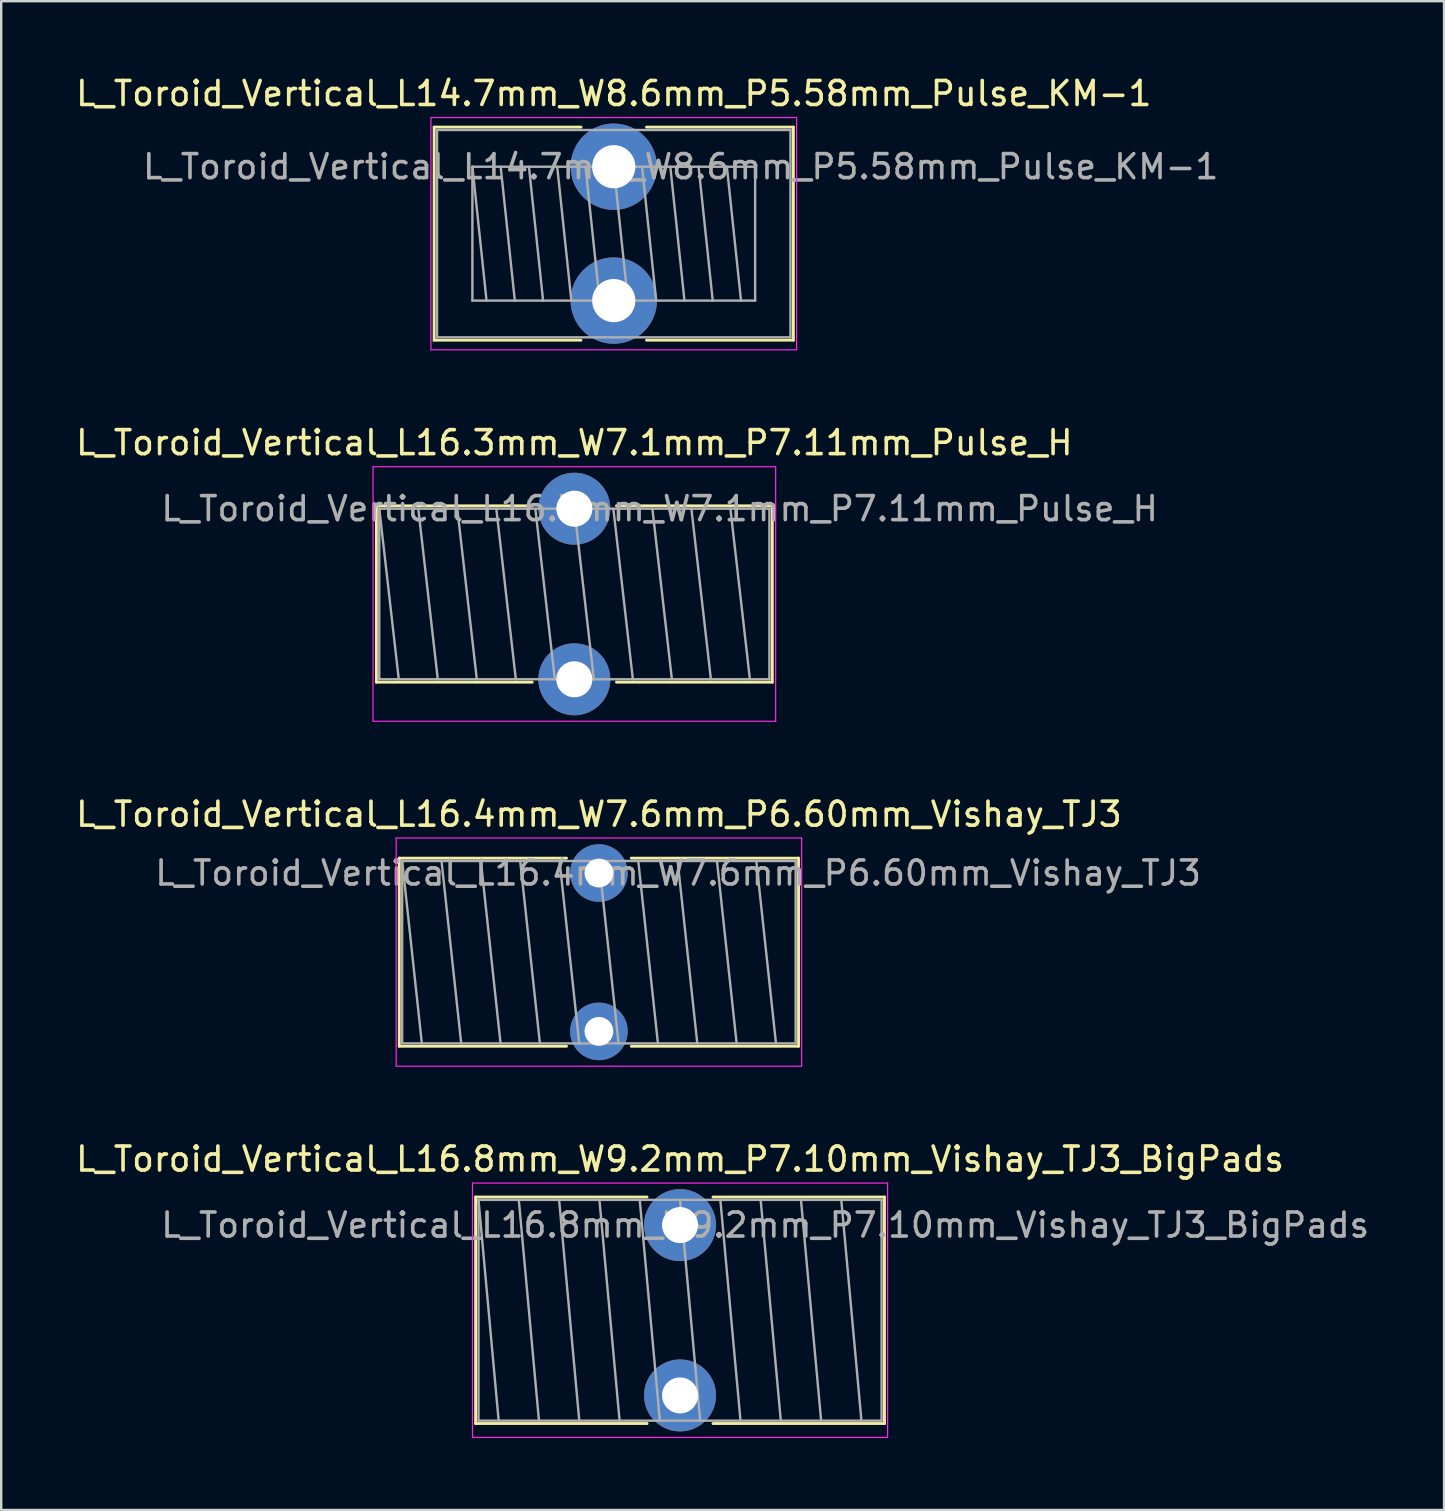
<source format=kicad_pcb>
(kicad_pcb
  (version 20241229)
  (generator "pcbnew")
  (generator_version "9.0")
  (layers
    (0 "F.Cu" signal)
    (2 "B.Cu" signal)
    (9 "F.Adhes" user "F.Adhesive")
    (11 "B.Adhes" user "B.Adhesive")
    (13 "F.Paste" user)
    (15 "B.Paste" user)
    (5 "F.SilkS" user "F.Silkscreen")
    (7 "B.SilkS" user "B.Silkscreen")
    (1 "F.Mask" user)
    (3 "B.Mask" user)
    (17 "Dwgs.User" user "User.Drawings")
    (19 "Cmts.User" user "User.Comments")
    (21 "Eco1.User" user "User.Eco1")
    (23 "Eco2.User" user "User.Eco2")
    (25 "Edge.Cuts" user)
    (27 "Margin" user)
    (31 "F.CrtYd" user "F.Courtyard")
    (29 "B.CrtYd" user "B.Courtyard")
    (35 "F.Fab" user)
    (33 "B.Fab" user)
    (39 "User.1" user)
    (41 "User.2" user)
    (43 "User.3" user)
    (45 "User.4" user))
  (footprint "L_Toroid_Vertical_L14.7mm_W8.6mm_P5.58mm_Pulse_KM-1"
    (layer "F.Cu")
    (at 22.53 3.898)
    (property "Reference" "L_Toroid_Vertical_L14.7mm_W8.6mm_P5.58mm_Pulse_KM-1" (at 0 -3.05 0) (layer "F.SilkS") (effects (font (size 1 1) (thickness 0.15))))
    (attr through_hole)
    (fp_line (start -7.485 -1.65) (end -7.485 7.23) (stroke (width 0.12) (type solid)) (layer "F.SilkS"))
    (fp_line (start -7.485 -1.65) (end -1.365 -1.65) (stroke (width 0.12) (type solid)) (layer "F.SilkS"))
    (fp_line (start -7.485 7.23) (end -1.365 7.23) (stroke (width 0.12) (type solid)) (layer "F.SilkS"))
    (fp_line (start 1.365 -1.65) (end 7.485 -1.65) (stroke (width 0.12) (type solid)) (layer "F.SilkS"))
    (fp_line (start 1.365 7.23) (end 7.485 7.23) (stroke (width 0.12) (type solid)) (layer "F.SilkS"))
    (fp_line (start 7.485 -1.65) (end 7.485 7.23) (stroke (width 0.12) (type solid)) (layer "F.SilkS"))
    (fp_line (start -7.62 -2.05) (end -7.62 7.63) (stroke (width 0.05) (type solid)) (layer "F.CrtYd"))
    (fp_line (start -7.62 7.63) (end 7.62 7.63) (stroke (width 0.05) (type solid)) (layer "F.CrtYd"))
    (fp_line (start 7.62 -2.05) (end -7.62 -2.05) (stroke (width 0.05) (type solid)) (layer "F.CrtYd"))
    (fp_line (start 7.62 7.63) (end 7.62 -2.05) (stroke (width 0.05) (type solid)) (layer "F.CrtYd"))
    (fp_line (start -7.365 -1.53) (end -7.365 7.11) (stroke (width 0.1) (type solid)) (layer "F.Fab"))
    (fp_line (start -7.365 7.11) (end 7.365 7.11) (stroke (width 0.1) (type solid)) (layer "F.Fab"))
    (fp_line (start -5.892 0) (end -5.892 5.58) (stroke (width 0.1) (type solid)) (layer "F.Fab"))
    (fp_line (start -5.892 0) (end -5.303 5.58) (stroke (width 0.1) (type solid)) (layer "F.Fab"))
    (fp_line (start -5.892 5.58) (end 5.892 5.58) (stroke (width 0.1) (type solid)) (layer "F.Fab"))
    (fp_line (start -4.714 0) (end -4.124 5.58) (stroke (width 0.1) (type solid)) (layer "F.Fab"))
    (fp_line (start -3.535 0) (end -2.946 5.58) (stroke (width 0.1) (type solid)) (layer "F.Fab"))
    (fp_line (start -2.357 0) (end -1.768 5.58) (stroke (width 0.1) (type solid)) (layer "F.Fab"))
    (fp_line (start -1.178 0) (end -0.589 5.58) (stroke (width 0.1) (type solid)) (layer "F.Fab"))
    (fp_line (start 0 0) (end 0.589 5.58) (stroke (width 0.1) (type solid)) (layer "F.Fab"))
    (fp_line (start 1.178 0) (end 1.768 5.58) (stroke (width 0.1) (type solid)) (layer "F.Fab"))
    (fp_line (start 2.357 0) (end 2.946 5.58) (stroke (width 0.1) (type solid)) (layer "F.Fab"))
    (fp_line (start 3.535 0) (end 4.124 5.58) (stroke (width 0.1) (type solid)) (layer "F.Fab"))
    (fp_line (start 4.714 0) (end 5.303 5.58) (stroke (width 0.1) (type solid)) (layer "F.Fab"))
    (fp_line (start 5.892 0) (end -5.892 0) (stroke (width 0.1) (type solid)) (layer "F.Fab"))
    (fp_line (start 5.892 5.58) (end 5.892 0) (stroke (width 0.1) (type solid)) (layer "F.Fab"))
    (fp_line (start 7.365 -1.53) (end -7.365 -1.53) (stroke (width 0.1) (type solid)) (layer "F.Fab"))
    (fp_line (start 7.365 7.11) (end 7.365 -1.53) (stroke (width 0.1) (type solid)) (layer "F.Fab"))
    (fp_text user "${REFERENCE}" (at 2.79 0 0) (layer "F.Fab") (effects (font (size 1 1) (thickness 0.15))))
    (pad "1" thru_hole circle (at 0 0) (size 3.6 3.6) (drill 1.8) (layers "*.Cu" "*.Mask"))
    (pad "2" thru_hole circle (at 0 5.58) (size 3.6 3.6) (drill 1.8) (layers "*.Cu" "*.Mask")))
  (footprint "L_Toroid_Vertical_L16.3mm_W7.1mm_P7.11mm_Pulse_H"
    (layer "F.Cu")
    (at 20.887 18.151)
    (property "Reference" "L_Toroid_Vertical_L16.3mm_W7.1mm_P7.11mm_Pulse_H" (at 0 -2.75 0) (layer "F.SilkS") (effects (font (size 1 1) (thickness 0.15))))
    (attr through_hole)
    (fp_line (start -8.25 -0.12) (end -8.25 7.23) (stroke (width 0.12) (type solid)) (layer "F.SilkS"))
    (fp_line (start -8.25 -0.12) (end -1.755 -0.12) (stroke (width 0.12) (type solid)) (layer "F.SilkS"))
    (fp_line (start -8.25 7.23) (end -1.755 7.23) (stroke (width 0.12) (type solid)) (layer "F.SilkS"))
    (fp_line (start 1.755 -0.12) (end 8.25 -0.12) (stroke (width 0.12) (type solid)) (layer "F.SilkS"))
    (fp_line (start 1.755 7.23) (end 8.25 7.23) (stroke (width 0.12) (type solid)) (layer "F.SilkS"))
    (fp_line (start 8.25 -0.12) (end 8.25 7.23) (stroke (width 0.12) (type solid)) (layer "F.SilkS"))
    (fp_line (start -8.39 -1.75) (end -8.39 8.86) (stroke (width 0.05) (type solid)) (layer "F.CrtYd"))
    (fp_line (start -8.39 8.86) (end 8.39 8.86) (stroke (width 0.05) (type solid)) (layer "F.CrtYd"))
    (fp_line (start 8.39 -1.75) (end -8.39 -1.75) (stroke (width 0.05) (type solid)) (layer "F.CrtYd"))
    (fp_line (start 8.39 8.86) (end 8.39 -1.75) (stroke (width 0.05) (type solid)) (layer "F.CrtYd"))
    (fp_line (start -8.13 0) (end -8.13 7.11) (stroke (width 0.1) (type solid)) (layer "F.Fab"))
    (fp_line (start -8.13 0) (end -7.317 7.11) (stroke (width 0.1) (type solid)) (layer "F.Fab"))
    (fp_line (start -8.13 7.11) (end 8.13 7.11) (stroke (width 0.1) (type solid)) (layer "F.Fab"))
    (fp_line (start -6.504 0) (end -5.691 7.11) (stroke (width 0.1) (type solid)) (layer "F.Fab"))
    (fp_line (start -4.878 0) (end -4.065 7.11) (stroke (width 0.1) (type solid)) (layer "F.Fab"))
    (fp_line (start -3.252 0) (end -2.439 7.11) (stroke (width 0.1) (type solid)) (layer "F.Fab"))
    (fp_line (start -1.626 0) (end -0.813 7.11) (stroke (width 0.1) (type solid)) (layer "F.Fab"))
    (fp_line (start 0 0) (end 0.813 7.11) (stroke (width 0.1) (type solid)) (layer "F.Fab"))
    (fp_line (start 1.626 0) (end 2.439 7.11) (stroke (width 0.1) (type solid)) (layer "F.Fab"))
    (fp_line (start 3.252 0) (end 4.065 7.11) (stroke (width 0.1) (type solid)) (layer "F.Fab"))
    (fp_line (start 4.878 0) (end 5.691 7.11) (stroke (width 0.1) (type solid)) (layer "F.Fab"))
    (fp_line (start 6.504 0) (end 7.317 7.11) (stroke (width 0.1) (type solid)) (layer "F.Fab"))
    (fp_line (start 8.13 0) (end -8.13 0) (stroke (width 0.1) (type solid)) (layer "F.Fab"))
    (fp_line (start 8.13 7.11) (end 8.13 0) (stroke (width 0.1) (type solid)) (layer "F.Fab"))
    (fp_text user "${REFERENCE}" (at 3.555 0 0) (layer "F.Fab") (effects (font (size 1 1) (thickness 0.15))))
    (pad "1" thru_hole circle (at 0 0) (size 3 3) (drill 1.5) (layers "*.Cu" "*.Mask"))
    (pad "2" thru_hole circle (at 0 7.11) (size 3 3) (drill 1.5) (layers "*.Cu" "*.Mask")))
  (footprint "L_Toroid_Vertical_L16.4mm_W7.6mm_P6.60mm_Vishay_TJ3"
    (layer "F.Cu")
    (at 21.911 33.335)
    (property "Reference" "L_Toroid_Vertical_L16.4mm_W7.6mm_P6.60mm_Vishay_TJ3" (at 0 -2.45 0) (layer "F.SilkS") (effects (font (size 1 1) (thickness 0.15))))
    (attr through_hole)
    (fp_line (start -8.32 -0.62) (end -8.32 7.22) (stroke (width 0.12) (type solid)) (layer "F.SilkS"))
    (fp_line (start -8.32 -0.62) (end -1.35 -0.62) (stroke (width 0.12) (type solid)) (layer "F.SilkS"))
    (fp_line (start -8.32 7.22) (end -1.35 7.22) (stroke (width 0.12) (type solid)) (layer "F.SilkS"))
    (fp_line (start 1.35 -0.62) (end 8.32 -0.62) (stroke (width 0.12) (type solid)) (layer "F.SilkS"))
    (fp_line (start 1.35 7.22) (end 8.32 7.22) (stroke (width 0.12) (type solid)) (layer "F.SilkS"))
    (fp_line (start 8.32 -0.62) (end 8.32 7.22) (stroke (width 0.12) (type solid)) (layer "F.SilkS"))
    (fp_line (start -8.45 -1.46) (end -8.45 8.05) (stroke (width 0.05) (type solid)) (layer "F.CrtYd"))
    (fp_line (start -8.45 8.05) (end 8.45 8.05) (stroke (width 0.05) (type solid)) (layer "F.CrtYd"))
    (fp_line (start 8.45 -1.46) (end -8.45 -1.46) (stroke (width 0.05) (type solid)) (layer "F.CrtYd"))
    (fp_line (start 8.45 8.05) (end 8.45 -1.46) (stroke (width 0.05) (type solid)) (layer "F.CrtYd"))
    (fp_line (start -8.2 -0.5) (end -8.2 7.1) (stroke (width 0.1) (type solid)) (layer "F.Fab"))
    (fp_line (start -8.2 -0.5) (end -7.38 7.1) (stroke (width 0.1) (type solid)) (layer "F.Fab"))
    (fp_line (start -8.2 7.1) (end 8.2 7.1) (stroke (width 0.1) (type solid)) (layer "F.Fab"))
    (fp_line (start -6.56 -0.5) (end -5.74 7.1) (stroke (width 0.1) (type solid)) (layer "F.Fab"))
    (fp_line (start -4.92 -0.5) (end -4.1 7.1) (stroke (width 0.1) (type solid)) (layer "F.Fab"))
    (fp_line (start -3.28 -0.5) (end -2.46 7.1) (stroke (width 0.1) (type solid)) (layer "F.Fab"))
    (fp_line (start -1.64 -0.5) (end -0.82 7.1) (stroke (width 0.1) (type solid)) (layer "F.Fab"))
    (fp_line (start 0 -0.5) (end 0.82 7.1) (stroke (width 0.1) (type solid)) (layer "F.Fab"))
    (fp_line (start 1.64 -0.5) (end 2.46 7.1) (stroke (width 0.1) (type solid)) (layer "F.Fab"))
    (fp_line (start 3.28 -0.5) (end 4.1 7.1) (stroke (width 0.1) (type solid)) (layer "F.Fab"))
    (fp_line (start 4.92 -0.5) (end 5.74 7.1) (stroke (width 0.1) (type solid)) (layer "F.Fab"))
    (fp_line (start 6.56 -0.5) (end 7.38 7.1) (stroke (width 0.1) (type solid)) (layer "F.Fab"))
    (fp_line (start 8.2 -0.5) (end -8.2 -0.5) (stroke (width 0.1) (type solid)) (layer "F.Fab"))
    (fp_line (start 8.2 7.1) (end 8.2 -0.5) (stroke (width 0.1) (type solid)) (layer "F.Fab"))
    (fp_text user "${REFERENCE}" (at 3.3 0 0) (layer "F.Fab") (effects (font (size 1 1) (thickness 0.15))))
    (pad "1" thru_hole circle (at 0 0) (size 2.4 2.4) (drill 1.2) (layers "*.Cu" "*.Mask"))
    (pad "2" thru_hole circle (at 0 6.6) (size 2.4 2.4) (drill 1.2) (layers "*.Cu" "*.Mask")))
  (footprint "L_Toroid_Vertical_L16.8mm_W9.2mm_P7.10mm_Vishay_TJ3_BigPads"
    (layer "F.Cu")
    (at 25.292 48.008)
    (property "Reference" "L_Toroid_Vertical_L16.8mm_W9.2mm_P7.10mm_Vishay_TJ3_BigPads" (at 0 -2.75 0) (layer "F.SilkS") (effects (font (size 1 1) (thickness 0.15))))
    (attr through_hole)
    (fp_line (start -8.52 -1.17) (end -8.52 8.27) (stroke (width 0.12) (type solid)) (layer "F.SilkS"))
    (fp_line (start -8.52 -1.17) (end -1.374 -1.17) (stroke (width 0.12) (type solid)) (layer "F.SilkS"))
    (fp_line (start -8.52 8.27) (end -1.374 8.27) (stroke (width 0.12) (type solid)) (layer "F.SilkS"))
    (fp_line (start 1.374 -1.17) (end 8.52 -1.17) (stroke (width 0.12) (type solid)) (layer "F.SilkS"))
    (fp_line (start 1.374 8.27) (end 8.52 8.27) (stroke (width 0.12) (type solid)) (layer "F.SilkS"))
    (fp_line (start 8.52 -1.17) (end 8.52 8.27) (stroke (width 0.12) (type solid)) (layer "F.SilkS"))
    (fp_line (start -8.65 -1.75) (end -8.65 8.85) (stroke (width 0.05) (type solid)) (layer "F.CrtYd"))
    (fp_line (start -8.65 8.85) (end 8.65 8.85) (stroke (width 0.05) (type solid)) (layer "F.CrtYd"))
    (fp_line (start 8.65 -1.75) (end -8.65 -1.75) (stroke (width 0.05) (type solid)) (layer "F.CrtYd"))
    (fp_line (start 8.65 8.85) (end 8.65 -1.75) (stroke (width 0.05) (type solid)) (layer "F.CrtYd"))
    (fp_line (start -8.4 -1.05) (end -8.4 8.15) (stroke (width 0.1) (type solid)) (layer "F.Fab"))
    (fp_line (start -8.4 -1.05) (end -7.56 8.15) (stroke (width 0.1) (type solid)) (layer "F.Fab"))
    (fp_line (start -8.4 8.15) (end 8.4 8.15) (stroke (width 0.1) (type solid)) (layer "F.Fab"))
    (fp_line (start -6.72 -1.05) (end -5.88 8.15) (stroke (width 0.1) (type solid)) (layer "F.Fab"))
    (fp_line (start -5.04 -1.05) (end -4.2 8.15) (stroke (width 0.1) (type solid)) (layer "F.Fab"))
    (fp_line (start -3.36 -1.05) (end -2.52 8.15) (stroke (width 0.1) (type solid)) (layer "F.Fab"))
    (fp_line (start -1.68 -1.05) (end -0.84 8.15) (stroke (width 0.1) (type solid)) (layer "F.Fab"))
    (fp_line (start 0 -1.05) (end 0.84 8.15) (stroke (width 0.1) (type solid)) (layer "F.Fab"))
    (fp_line (start 1.68 -1.05) (end 2.52 8.15) (stroke (width 0.1) (type solid)) (layer "F.Fab"))
    (fp_line (start 3.36 -1.05) (end 4.2 8.15) (stroke (width 0.1) (type solid)) (layer "F.Fab"))
    (fp_line (start 5.04 -1.05) (end 5.88 8.15) (stroke (width 0.1) (type solid)) (layer "F.Fab"))
    (fp_line (start 6.72 -1.05) (end 7.56 8.15) (stroke (width 0.1) (type solid)) (layer "F.Fab"))
    (fp_line (start 8.4 -1.05) (end -8.4 -1.05) (stroke (width 0.1) (type solid)) (layer "F.Fab"))
    (fp_line (start 8.4 8.15) (end 8.4 -1.05) (stroke (width 0.1) (type solid)) (layer "F.Fab"))
    (fp_text user "${REFERENCE}" (at 3.55 0 0) (layer "F.Fab") (effects (font (size 1 1) (thickness 0.15))))
    (pad "1" thru_hole circle (at 0 0) (size 3 3) (drill 1.5) (layers "*.Cu" "*.Mask"))
    (pad "2" thru_hole circle (at 0 7.1) (size 3 3) (drill 1.5) (layers "*.Cu" "*.Mask")))
  (gr_rect
    (start -3 -3)
    (end 57.133 59.883)
    (stroke (width 0.1) (type default))
    (fill no)
    (layer "Edge.Cuts")))
</source>
